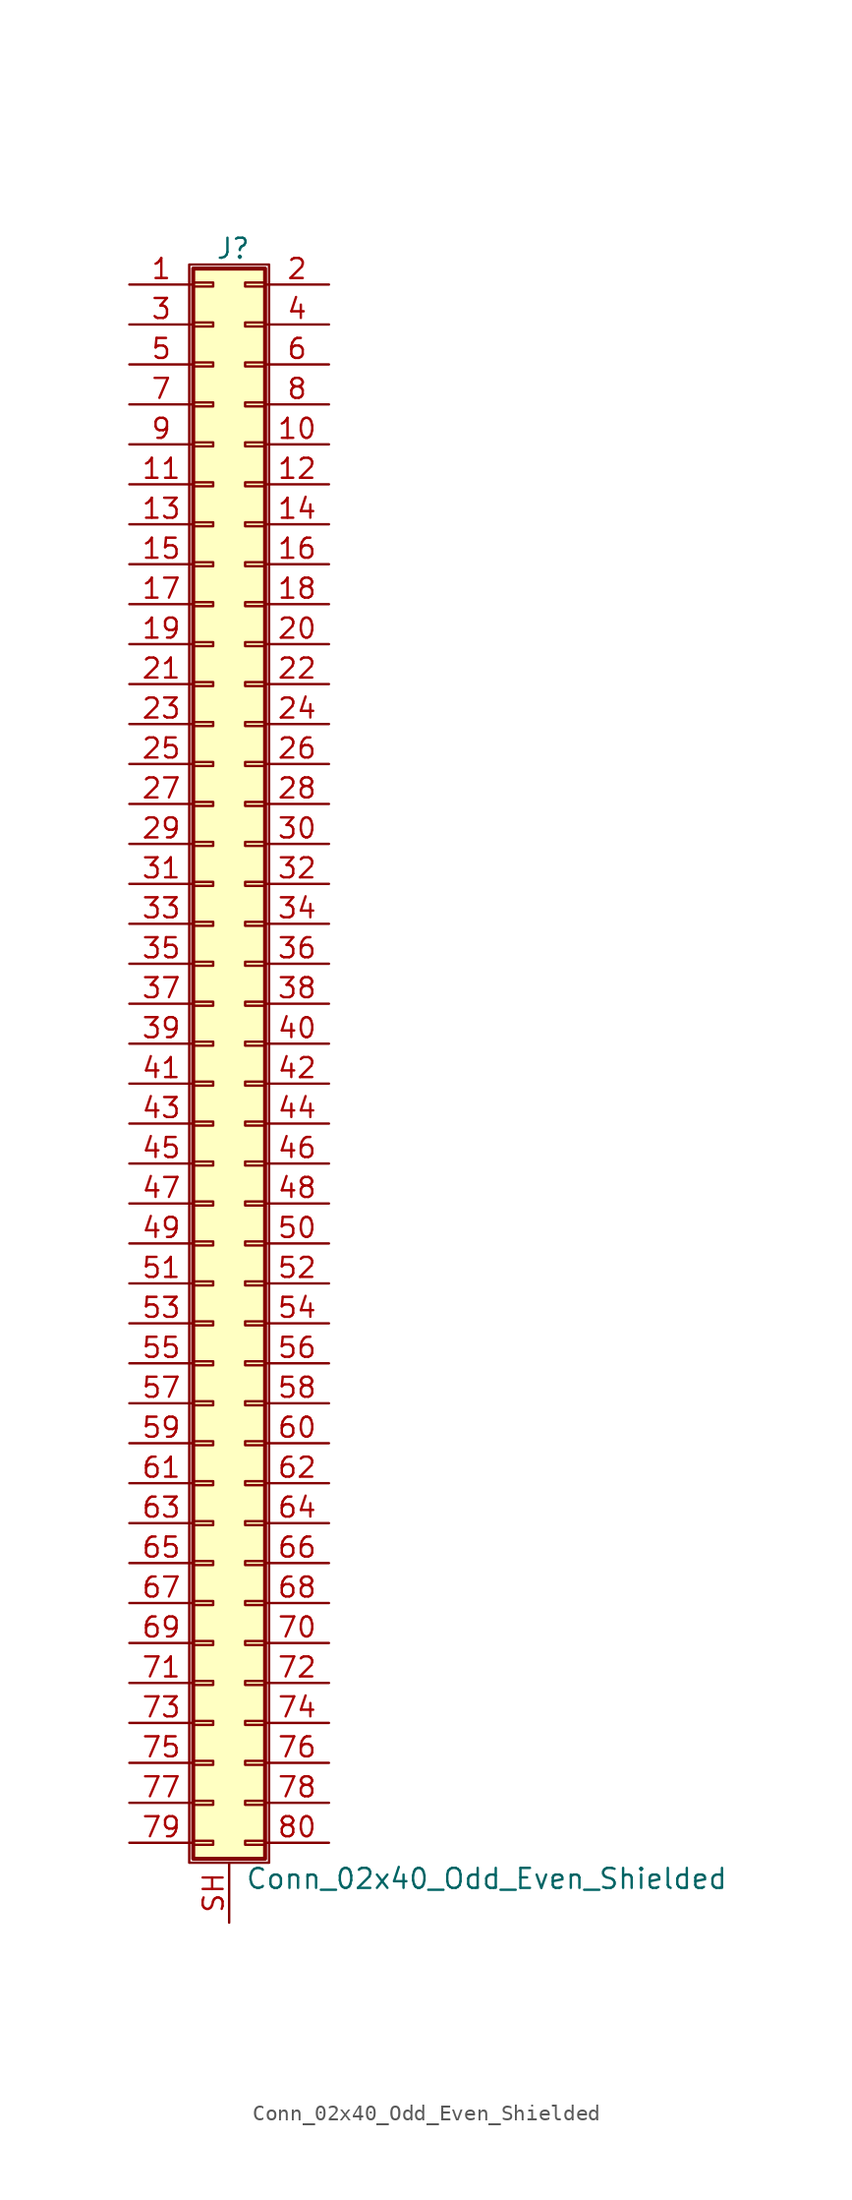
<source format=kicad_sym>
(kicad_symbol_lib
  (version 20220914)
  (generator kicad_symbol_editor)
  (symbol "Conn_02x40_Odd_Even_Shielded"
    (pin_names
      (offset 1.016) hide)
    (property "Reference" "J"
      (at 1.524 50.546 0)
      (effects (font (size 1.27 1.27))))
    (property "Value" "Conn_02x40_Odd_Even_Shielded"
      (at 2.286 -53.086 0)
      (effects (font (size 1.27 1.27)) (justify left)))
    (symbol "Conn_02x40_Odd_Even_Shielded_1_1"
      (rectangle (start -1.27 49.53) (end 3.81 -52.07) (stroke (width 0.152) (type default)) (fill (type none)))
      (rectangle (start -1.016 -50.673) (end 0.254 -50.927) (stroke (width 0.152) (type default)) (fill (type none)))
      (rectangle (start -1.016 -48.133) (end 0.254 -48.387) (stroke (width 0.152) (type default)) (fill (type none)))
      (rectangle (start -1.016 -45.593) (end 0.254 -45.847) (stroke (width 0.152) (type default)) (fill (type none)))
      (rectangle (start -1.016 -43.053) (end 0.254 -43.307) (stroke (width 0.152) (type default)) (fill (type none)))
      (rectangle (start -1.016 -40.513) (end 0.254 -40.767) (stroke (width 0.152) (type default)) (fill (type none)))
      (rectangle (start -1.016 -37.973) (end 0.254 -38.227) (stroke (width 0.152) (type default)) (fill (type none)))
      (rectangle (start -1.016 -35.433) (end 0.254 -35.687) (stroke (width 0.152) (type default)) (fill (type none)))
      (rectangle (start -1.016 -32.893) (end 0.254 -33.147) (stroke (width 0.152) (type default)) (fill (type none)))
      (rectangle (start -1.016 -30.353) (end 0.254 -30.607) (stroke (width 0.152) (type default)) (fill (type none)))
      (rectangle (start -1.016 -27.813) (end 0.254 -28.067) (stroke (width 0.152) (type default)) (fill (type none)))
      (rectangle (start -1.016 -25.273) (end 0.254 -25.527) (stroke (width 0.152) (type default)) (fill (type none)))
      (rectangle (start -1.016 -22.733) (end 0.254 -22.987) (stroke (width 0.152) (type default)) (fill (type none)))
      (rectangle (start -1.016 -20.193) (end 0.254 -20.447) (stroke (width 0.152) (type default)) (fill (type none)))
      (rectangle (start -1.016 -17.653) (end 0.254 -17.907) (stroke (width 0.152) (type default)) (fill (type none)))
      (rectangle (start -1.016 -15.113) (end 0.254 -15.367) (stroke (width 0.152) (type default)) (fill (type none)))
      (rectangle (start -1.016 -12.573) (end 0.254 -12.827) (stroke (width 0.152) (type default)) (fill (type none)))
      (rectangle (start -1.016 -10.033) (end 0.254 -10.287) (stroke (width 0.152) (type default)) (fill (type none)))
      (rectangle (start -1.016 -7.493) (end 0.254 -7.747) (stroke (width 0.152) (type default)) (fill (type none)))
      (rectangle (start -1.016 -4.953) (end 0.254 -5.207) (stroke (width 0.152) (type default)) (fill (type none)))
      (rectangle (start -1.016 -2.413) (end 0.254 -2.667) (stroke (width 0.152) (type default)) (fill (type none)))
      (rectangle (start -1.016 0.127) (end 0.254 -0.127) (stroke (width 0.152) (type default)) (fill (type none)))
      (rectangle (start -1.016 2.667) (end 0.254 2.413) (stroke (width 0.152) (type default)) (fill (type none)))
      (rectangle (start -1.016 5.207) (end 0.254 4.953) (stroke (width 0.152) (type default)) (fill (type none)))
      (rectangle (start -1.016 7.747) (end 0.254 7.493) (stroke (width 0.152) (type default)) (fill (type none)))
      (rectangle (start -1.016 10.287) (end 0.254 10.033) (stroke (width 0.152) (type default)) (fill (type none)))
      (rectangle (start -1.016 12.827) (end 0.254 12.573) (stroke (width 0.152) (type default)) (fill (type none)))
      (rectangle (start -1.016 15.367) (end 0.254 15.113) (stroke (width 0.152) (type default)) (fill (type none)))
      (rectangle (start -1.016 17.907) (end 0.254 17.653) (stroke (width 0.152) (type default)) (fill (type none)))
      (rectangle (start -1.016 20.447) (end 0.254 20.193) (stroke (width 0.152) (type default)) (fill (type none)))
      (rectangle (start -1.016 22.987) (end 0.254 22.733) (stroke (width 0.152) (type default)) (fill (type none)))
      (rectangle (start -1.016 25.527) (end 0.254 25.273) (stroke (width 0.152) (type default)) (fill (type none)))
      (rectangle (start -1.016 28.067) (end 0.254 27.813) (stroke (width 0.152) (type default)) (fill (type none)))
      (rectangle (start -1.016 30.607) (end 0.254 30.353) (stroke (width 0.152) (type default)) (fill (type none)))
      (rectangle (start -1.016 33.147) (end 0.254 32.893) (stroke (width 0.152) (type default)) (fill (type none)))
      (rectangle (start -1.016 35.687) (end 0.254 35.433) (stroke (width 0.152) (type default)) (fill (type none)))
      (rectangle (start -1.016 38.227) (end 0.254 37.973) (stroke (width 0.152) (type default)) (fill (type none)))
      (rectangle (start -1.016 40.767) (end 0.254 40.513) (stroke (width 0.152) (type default)) (fill (type none)))
      (rectangle (start -1.016 43.307) (end 0.254 43.053) (stroke (width 0.152) (type default)) (fill (type none)))
      (rectangle (start -1.016 45.847) (end 0.254 45.593) (stroke (width 0.152) (type default)) (fill (type none)))
      (rectangle (start -1.016 48.387) (end 0.254 48.133) (stroke (width 0.152) (type default)) (fill (type none)))
      (rectangle (start -1.016 49.276) (end 3.556 -51.816) (stroke (width 0.254) (type default)) (fill (type background)))
      (rectangle (start 3.556 -50.673) (end 2.286 -50.927) (stroke (width 0.152) (type default)) (fill (type none)))
      (rectangle (start 3.556 -48.133) (end 2.286 -48.387) (stroke (width 0.152) (type default)) (fill (type none)))
      (rectangle (start 3.556 -45.593) (end 2.286 -45.847) (stroke (width 0.152) (type default)) (fill (type none)))
      (rectangle (start 3.556 -43.053) (end 2.286 -43.307) (stroke (width 0.152) (type default)) (fill (type none)))
      (rectangle (start 3.556 -40.513) (end 2.286 -40.767) (stroke (width 0.152) (type default)) (fill (type none)))
      (rectangle (start 3.556 -37.973) (end 2.286 -38.227) (stroke (width 0.152) (type default)) (fill (type none)))
      (rectangle (start 3.556 -35.433) (end 2.286 -35.687) (stroke (width 0.152) (type default)) (fill (type none)))
      (rectangle (start 3.556 -32.893) (end 2.286 -33.147) (stroke (width 0.152) (type default)) (fill (type none)))
      (rectangle (start 3.556 -30.353) (end 2.286 -30.607) (stroke (width 0.152) (type default)) (fill (type none)))
      (rectangle (start 3.556 -27.813) (end 2.286 -28.067) (stroke (width 0.152) (type default)) (fill (type none)))
      (rectangle (start 3.556 -25.273) (end 2.286 -25.527) (stroke (width 0.152) (type default)) (fill (type none)))
      (rectangle (start 3.556 -22.733) (end 2.286 -22.987) (stroke (width 0.152) (type default)) (fill (type none)))
      (rectangle (start 3.556 -20.193) (end 2.286 -20.447) (stroke (width 0.152) (type default)) (fill (type none)))
      (rectangle (start 3.556 -17.653) (end 2.286 -17.907) (stroke (width 0.152) (type default)) (fill (type none)))
      (rectangle (start 3.556 -15.113) (end 2.286 -15.367) (stroke (width 0.152) (type default)) (fill (type none)))
      (rectangle (start 3.556 -12.573) (end 2.286 -12.827) (stroke (width 0.152) (type default)) (fill (type none)))
      (rectangle (start 3.556 -10.033) (end 2.286 -10.287) (stroke (width 0.152) (type default)) (fill (type none)))
      (rectangle (start 3.556 -7.493) (end 2.286 -7.747) (stroke (width 0.152) (type default)) (fill (type none)))
      (rectangle (start 3.556 -4.953) (end 2.286 -5.207) (stroke (width 0.152) (type default)) (fill (type none)))
      (rectangle (start 3.556 -2.413) (end 2.286 -2.667) (stroke (width 0.152) (type default)) (fill (type none)))
      (rectangle (start 3.556 0.127) (end 2.286 -0.127) (stroke (width 0.152) (type default)) (fill (type none)))
      (rectangle (start 3.556 2.667) (end 2.286 2.413) (stroke (width 0.152) (type default)) (fill (type none)))
      (rectangle (start 3.556 5.207) (end 2.286 4.953) (stroke (width 0.152) (type default)) (fill (type none)))
      (rectangle (start 3.556 7.747) (end 2.286 7.493) (stroke (width 0.152) (type default)) (fill (type none)))
      (rectangle (start 3.556 10.287) (end 2.286 10.033) (stroke (width 0.152) (type default)) (fill (type none)))
      (rectangle (start 3.556 12.827) (end 2.286 12.573) (stroke (width 0.152) (type default)) (fill (type none)))
      (rectangle (start 3.556 15.367) (end 2.286 15.113) (stroke (width 0.152) (type default)) (fill (type none)))
      (rectangle (start 3.556 17.907) (end 2.286 17.653) (stroke (width 0.152) (type default)) (fill (type none)))
      (rectangle (start 3.556 20.447) (end 2.286 20.193) (stroke (width 0.152) (type default)) (fill (type none)))
      (rectangle (start 3.556 22.987) (end 2.286 22.733) (stroke (width 0.152) (type default)) (fill (type none)))
      (rectangle (start 3.556 25.527) (end 2.286 25.273) (stroke (width 0.152) (type default)) (fill (type none)))
      (rectangle (start 3.556 28.067) (end 2.286 27.813) (stroke (width 0.152) (type default)) (fill (type none)))
      (rectangle (start 3.556 30.607) (end 2.286 30.353) (stroke (width 0.152) (type default)) (fill (type none)))
      (rectangle (start 3.556 33.147) (end 2.286 32.893) (stroke (width 0.152) (type default)) (fill (type none)))
      (rectangle (start 3.556 35.687) (end 2.286 35.433) (stroke (width 0.152) (type default)) (fill (type none)))
      (rectangle (start 3.556 38.227) (end 2.286 37.973) (stroke (width 0.152) (type default)) (fill (type none)))
      (rectangle (start 3.556 40.767) (end 2.286 40.513) (stroke (width 0.152) (type default)) (fill (type none)))
      (rectangle (start 3.556 43.307) (end 2.286 43.053) (stroke (width 0.152) (type default)) (fill (type none)))
      (rectangle (start 3.556 45.847) (end 2.286 45.593) (stroke (width 0.152) (type default)) (fill (type none)))
      (rectangle (start 3.556 48.387) (end 2.286 48.133) (stroke (width 0.152) (type default)) (fill (type none)))
      (pin passive line (at -5.08 48.26 0) (length 4.064) (name "Pin_1" (effects (font (size 1.27 1.27)))) (number "1" (effects (font (size 1.27 1.27)))))
      (pin passive line (at 7.62 38.1 180) (length 4.064) (name "Pin_10" (effects (font (size 1.27 1.27)))) (number "10" (effects (font (size 1.27 1.27)))))
      (pin passive line (at -5.08 35.56 0) (length 4.064) (name "Pin_11" (effects (font (size 1.27 1.27)))) (number "11" (effects (font (size 1.27 1.27)))))
      (pin passive line (at 7.62 35.56 180) (length 4.064) (name "Pin_12" (effects (font (size 1.27 1.27)))) (number "12" (effects (font (size 1.27 1.27)))))
      (pin passive line (at -5.08 33.02 0) (length 4.064) (name "Pin_13" (effects (font (size 1.27 1.27)))) (number "13" (effects (font (size 1.27 1.27)))))
      (pin passive line (at 7.62 33.02 180) (length 4.064) (name "Pin_14" (effects (font (size 1.27 1.27)))) (number "14" (effects (font (size 1.27 1.27)))))
      (pin passive line (at -5.08 30.48 0) (length 4.064) (name "Pin_15" (effects (font (size 1.27 1.27)))) (number "15" (effects (font (size 1.27 1.27)))))
      (pin passive line (at 7.62 30.48 180) (length 4.064) (name "Pin_16" (effects (font (size 1.27 1.27)))) (number "16" (effects (font (size 1.27 1.27)))))
      (pin passive line (at -5.08 27.94 0) (length 4.064) (name "Pin_17" (effects (font (size 1.27 1.27)))) (number "17" (effects (font (size 1.27 1.27)))))
      (pin passive line (at 7.62 27.94 180) (length 4.064) (name "Pin_18" (effects (font (size 1.27 1.27)))) (number "18" (effects (font (size 1.27 1.27)))))
      (pin passive line (at -5.08 25.4 0) (length 4.064) (name "Pin_19" (effects (font (size 1.27 1.27)))) (number "19" (effects (font (size 1.27 1.27)))))
      (pin passive line (at 7.62 48.26 180) (length 4.064) (name "Pin_2" (effects (font (size 1.27 1.27)))) (number "2" (effects (font (size 1.27 1.27)))))
      (pin passive line (at 7.62 25.4 180) (length 4.064) (name "Pin_20" (effects (font (size 1.27 1.27)))) (number "20" (effects (font (size 1.27 1.27)))))
      (pin passive line (at -5.08 22.86 0) (length 4.064) (name "Pin_21" (effects (font (size 1.27 1.27)))) (number "21" (effects (font (size 1.27 1.27)))))
      (pin passive line (at 7.62 22.86 180) (length 4.064) (name "Pin_22" (effects (font (size 1.27 1.27)))) (number "22" (effects (font (size 1.27 1.27)))))
      (pin passive line (at -5.08 20.32 0) (length 4.064) (name "Pin_23" (effects (font (size 1.27 1.27)))) (number "23" (effects (font (size 1.27 1.27)))))
      (pin passive line (at 7.62 20.32 180) (length 4.064) (name "Pin_24" (effects (font (size 1.27 1.27)))) (number "24" (effects (font (size 1.27 1.27)))))
      (pin passive line (at -5.08 17.78 0) (length 4.064) (name "Pin_25" (effects (font (size 1.27 1.27)))) (number "25" (effects (font (size 1.27 1.27)))))
      (pin passive line (at 7.62 17.78 180) (length 4.064) (name "Pin_26" (effects (font (size 1.27 1.27)))) (number "26" (effects (font (size 1.27 1.27)))))
      (pin passive line (at -5.08 15.24 0) (length 4.064) (name "Pin_27" (effects (font (size 1.27 1.27)))) (number "27" (effects (font (size 1.27 1.27)))))
      (pin passive line (at 7.62 15.24 180) (length 4.064) (name "Pin_28" (effects (font (size 1.27 1.27)))) (number "28" (effects (font (size 1.27 1.27)))))
      (pin passive line (at -5.08 12.7 0) (length 4.064) (name "Pin_29" (effects (font (size 1.27 1.27)))) (number "29" (effects (font (size 1.27 1.27)))))
      (pin passive line (at -5.08 45.72 0) (length 4.064) (name "Pin_3" (effects (font (size 1.27 1.27)))) (number "3" (effects (font (size 1.27 1.27)))))
      (pin passive line (at 7.62 12.7 180) (length 4.064) (name "Pin_30" (effects (font (size 1.27 1.27)))) (number "30" (effects (font (size 1.27 1.27)))))
      (pin passive line (at -5.08 10.16 0) (length 4.064) (name "Pin_31" (effects (font (size 1.27 1.27)))) (number "31" (effects (font (size 1.27 1.27)))))
      (pin passive line (at 7.62 10.16 180) (length 4.064) (name "Pin_32" (effects (font (size 1.27 1.27)))) (number "32" (effects (font (size 1.27 1.27)))))
      (pin passive line (at -5.08 7.62 0) (length 4.064) (name "Pin_33" (effects (font (size 1.27 1.27)))) (number "33" (effects (font (size 1.27 1.27)))))
      (pin passive line (at 7.62 7.62 180) (length 4.064) (name "Pin_34" (effects (font (size 1.27 1.27)))) (number "34" (effects (font (size 1.27 1.27)))))
      (pin passive line (at -5.08 5.08 0) (length 4.064) (name "Pin_35" (effects (font (size 1.27 1.27)))) (number "35" (effects (font (size 1.27 1.27)))))
      (pin passive line (at 7.62 5.08 180) (length 4.064) (name "Pin_36" (effects (font (size 1.27 1.27)))) (number "36" (effects (font (size 1.27 1.27)))))
      (pin passive line (at -5.08 2.54 0) (length 4.064) (name "Pin_37" (effects (font (size 1.27 1.27)))) (number "37" (effects (font (size 1.27 1.27)))))
      (pin passive line (at 7.62 2.54 180) (length 4.064) (name "Pin_38" (effects (font (size 1.27 1.27)))) (number "38" (effects (font (size 1.27 1.27)))))
      (pin passive line (at -5.08 0 0) (length 4.064) (name "Pin_39" (effects (font (size 1.27 1.27)))) (number "39" (effects (font (size 1.27 1.27)))))
      (pin passive line (at 7.62 45.72 180) (length 4.064) (name "Pin_4" (effects (font (size 1.27 1.27)))) (number "4" (effects (font (size 1.27 1.27)))))
      (pin passive line (at 7.62 0 180) (length 4.064) (name "Pin_40" (effects (font (size 1.27 1.27)))) (number "40" (effects (font (size 1.27 1.27)))))
      (pin passive line (at -5.08 -2.54 0) (length 4.064) (name "Pin_41" (effects (font (size 1.27 1.27)))) (number "41" (effects (font (size 1.27 1.27)))))
      (pin passive line (at 7.62 -2.54 180) (length 4.064) (name "Pin_42" (effects (font (size 1.27 1.27)))) (number "42" (effects (font (size 1.27 1.27)))))
      (pin passive line (at -5.08 -5.08 0) (length 4.064) (name "Pin_43" (effects (font (size 1.27 1.27)))) (number "43" (effects (font (size 1.27 1.27)))))
      (pin passive line (at 7.62 -5.08 180) (length 4.064) (name "Pin_44" (effects (font (size 1.27 1.27)))) (number "44" (effects (font (size 1.27 1.27)))))
      (pin passive line (at -5.08 -7.62 0) (length 4.064) (name "Pin_45" (effects (font (size 1.27 1.27)))) (number "45" (effects (font (size 1.27 1.27)))))
      (pin passive line (at 7.62 -7.62 180) (length 4.064) (name "Pin_46" (effects (font (size 1.27 1.27)))) (number "46" (effects (font (size 1.27 1.27)))))
      (pin passive line (at -5.08 -10.16 0) (length 4.064) (name "Pin_47" (effects (font (size 1.27 1.27)))) (number "47" (effects (font (size 1.27 1.27)))))
      (pin passive line (at 7.62 -10.16 180) (length 4.064) (name "Pin_48" (effects (font (size 1.27 1.27)))) (number "48" (effects (font (size 1.27 1.27)))))
      (pin passive line (at -5.08 -12.7 0) (length 4.064) (name "Pin_49" (effects (font (size 1.27 1.27)))) (number "49" (effects (font (size 1.27 1.27)))))
      (pin passive line (at -5.08 43.18 0) (length 4.064) (name "Pin_5" (effects (font (size 1.27 1.27)))) (number "5" (effects (font (size 1.27 1.27)))))
      (pin passive line (at 7.62 -12.7 180) (length 4.064) (name "Pin_50" (effects (font (size 1.27 1.27)))) (number "50" (effects (font (size 1.27 1.27)))))
      (pin passive line (at -5.08 -15.24 0) (length 4.064) (name "Pin_51" (effects (font (size 1.27 1.27)))) (number "51" (effects (font (size 1.27 1.27)))))
      (pin passive line (at 7.62 -15.24 180) (length 4.064) (name "Pin_52" (effects (font (size 1.27 1.27)))) (number "52" (effects (font (size 1.27 1.27)))))
      (pin passive line (at -5.08 -17.78 0) (length 4.064) (name "Pin_53" (effects (font (size 1.27 1.27)))) (number "53" (effects (font (size 1.27 1.27)))))
      (pin passive line (at 7.62 -17.78 180) (length 4.064) (name "Pin_54" (effects (font (size 1.27 1.27)))) (number "54" (effects (font (size 1.27 1.27)))))
      (pin passive line (at -5.08 -20.32 0) (length 4.064) (name "Pin_55" (effects (font (size 1.27 1.27)))) (number "55" (effects (font (size 1.27 1.27)))))
      (pin passive line (at 7.62 -20.32 180) (length 4.064) (name "Pin_56" (effects (font (size 1.27 1.27)))) (number "56" (effects (font (size 1.27 1.27)))))
      (pin passive line (at -5.08 -22.86 0) (length 4.064) (name "Pin_57" (effects (font (size 1.27 1.27)))) (number "57" (effects (font (size 1.27 1.27)))))
      (pin passive line (at 7.62 -22.86 180) (length 4.064) (name "Pin_58" (effects (font (size 1.27 1.27)))) (number "58" (effects (font (size 1.27 1.27)))))
      (pin passive line (at -5.08 -25.4 0) (length 4.064) (name "Pin_59" (effects (font (size 1.27 1.27)))) (number "59" (effects (font (size 1.27 1.27)))))
      (pin passive line (at 7.62 43.18 180) (length 4.064) (name "Pin_6" (effects (font (size 1.27 1.27)))) (number "6" (effects (font (size 1.27 1.27)))))
      (pin passive line (at 7.62 -25.4 180) (length 4.064) (name "Pin_60" (effects (font (size 1.27 1.27)))) (number "60" (effects (font (size 1.27 1.27)))))
      (pin passive line (at -5.08 -27.94 0) (length 4.064) (name "Pin_61" (effects (font (size 1.27 1.27)))) (number "61" (effects (font (size 1.27 1.27)))))
      (pin passive line (at 7.62 -27.94 180) (length 4.064) (name "Pin_62" (effects (font (size 1.27 1.27)))) (number "62" (effects (font (size 1.27 1.27)))))
      (pin passive line (at -5.08 -30.48 0) (length 4.064) (name "Pin_63" (effects (font (size 1.27 1.27)))) (number "63" (effects (font (size 1.27 1.27)))))
      (pin passive line (at 7.62 -30.48 180) (length 4.064) (name "Pin_64" (effects (font (size 1.27 1.27)))) (number "64" (effects (font (size 1.27 1.27)))))
      (pin passive line (at -5.08 -33.02 0) (length 4.064) (name "Pin_65" (effects (font (size 1.27 1.27)))) (number "65" (effects (font (size 1.27 1.27)))))
      (pin passive line (at 7.62 -33.02 180) (length 4.064) (name "Pin_66" (effects (font (size 1.27 1.27)))) (number "66" (effects (font (size 1.27 1.27)))))
      (pin passive line (at -5.08 -35.56 0) (length 4.064) (name "Pin_67" (effects (font (size 1.27 1.27)))) (number "67" (effects (font (size 1.27 1.27)))))
      (pin passive line (at 7.62 -35.56 180) (length 4.064) (name "Pin_68" (effects (font (size 1.27 1.27)))) (number "68" (effects (font (size 1.27 1.27)))))
      (pin passive line (at -5.08 -38.1 0) (length 4.064) (name "Pin_69" (effects (font (size 1.27 1.27)))) (number "69" (effects (font (size 1.27 1.27)))))
      (pin passive line (at -5.08 40.64 0) (length 4.064) (name "Pin_7" (effects (font (size 1.27 1.27)))) (number "7" (effects (font (size 1.27 1.27)))))
      (pin passive line (at 7.62 -38.1 180) (length 4.064) (name "Pin_70" (effects (font (size 1.27 1.27)))) (number "70" (effects (font (size 1.27 1.27)))))
      (pin passive line (at -5.08 -40.64 0) (length 4.064) (name "Pin_71" (effects (font (size 1.27 1.27)))) (number "71" (effects (font (size 1.27 1.27)))))
      (pin passive line (at 7.62 -40.64 180) (length 4.064) (name "Pin_72" (effects (font (size 1.27 1.27)))) (number "72" (effects (font (size 1.27 1.27)))))
      (pin passive line (at -5.08 -43.18 0) (length 4.064) (name "Pin_73" (effects (font (size 1.27 1.27)))) (number "73" (effects (font (size 1.27 1.27)))))
      (pin passive line (at 7.62 -43.18 180) (length 4.064) (name "Pin_74" (effects (font (size 1.27 1.27)))) (number "74" (effects (font (size 1.27 1.27)))))
      (pin passive line (at -5.08 -45.72 0) (length 4.064) (name "Pin_75" (effects (font (size 1.27 1.27)))) (number "75" (effects (font (size 1.27 1.27)))))
      (pin passive line (at 7.62 -45.72 180) (length 4.064) (name "Pin_76" (effects (font (size 1.27 1.27)))) (number "76" (effects (font (size 1.27 1.27)))))
      (pin passive line (at -5.08 -48.26 0) (length 4.064) (name "Pin_77" (effects (font (size 1.27 1.27)))) (number "77" (effects (font (size 1.27 1.27)))))
      (pin passive line (at 7.62 -48.26 180) (length 4.064) (name "Pin_78" (effects (font (size 1.27 1.27)))) (number "78" (effects (font (size 1.27 1.27)))))
      (pin passive line (at -5.08 -50.8 0) (length 4.064) (name "Pin_79" (effects (font (size 1.27 1.27)))) (number "79" (effects (font (size 1.27 1.27)))))
      (pin passive line (at 7.62 40.64 180) (length 4.064) (name "Pin_8" (effects (font (size 1.27 1.27)))) (number "8" (effects (font (size 1.27 1.27)))))
      (pin passive line (at 7.62 -50.8 180) (length 4.064) (name "Pin_80" (effects (font (size 1.27 1.27)))) (number "80" (effects (font (size 1.27 1.27)))))
      (pin passive line (at -5.08 38.1 0) (length 4.064) (name "Pin_9" (effects (font (size 1.27 1.27)))) (number "9" (effects (font (size 1.27 1.27)))))
      (pin passive line (at 1.27 -55.88 90) (length 3.81) (name "Shield" (effects (font (size 1.27 1.27)))) (number "SH" (effects (font (size 1.27 1.27))))))))
</source>
